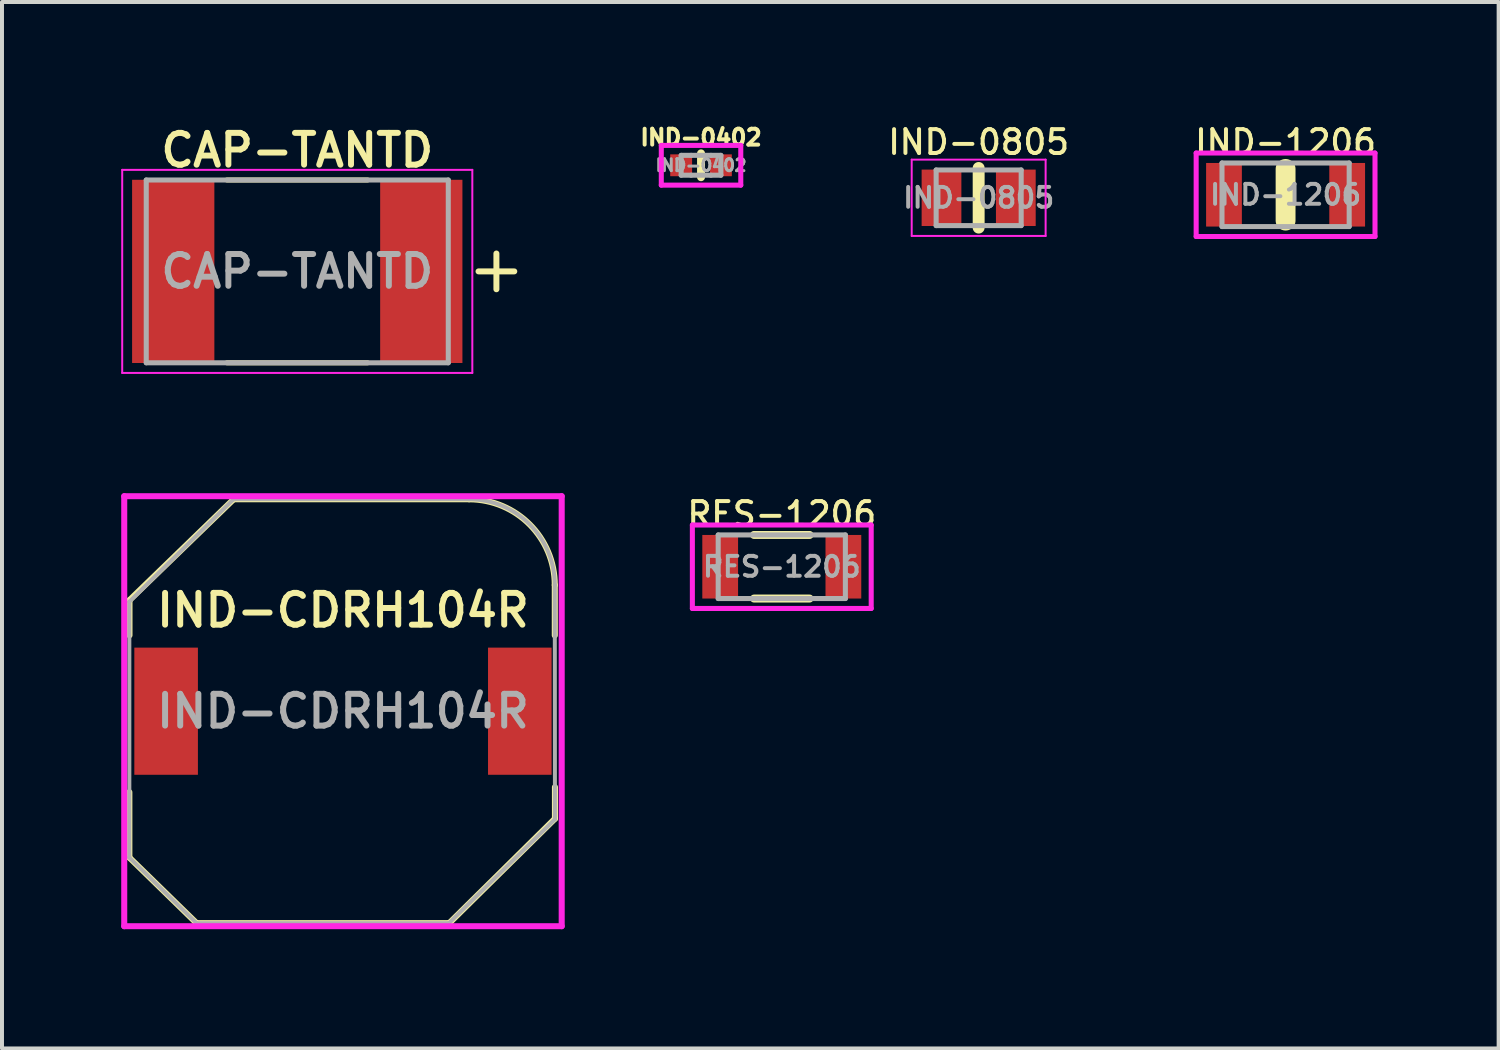
<source format=kicad_pcb>
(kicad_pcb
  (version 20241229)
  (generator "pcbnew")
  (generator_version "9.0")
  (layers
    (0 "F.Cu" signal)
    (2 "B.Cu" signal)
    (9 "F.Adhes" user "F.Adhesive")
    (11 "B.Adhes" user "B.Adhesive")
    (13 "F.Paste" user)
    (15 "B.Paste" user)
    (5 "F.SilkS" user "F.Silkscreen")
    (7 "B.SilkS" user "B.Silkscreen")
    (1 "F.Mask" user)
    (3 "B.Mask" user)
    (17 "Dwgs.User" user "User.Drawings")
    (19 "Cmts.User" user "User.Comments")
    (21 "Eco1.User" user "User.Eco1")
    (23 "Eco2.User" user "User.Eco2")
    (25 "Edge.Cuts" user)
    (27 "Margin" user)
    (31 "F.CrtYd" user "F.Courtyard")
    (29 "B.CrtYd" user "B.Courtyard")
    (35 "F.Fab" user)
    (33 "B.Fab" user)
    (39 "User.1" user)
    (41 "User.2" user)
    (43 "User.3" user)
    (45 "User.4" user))
  (footprint "IND-1206"
    (layer "F.Cu")
    (at 29.299 1.851)
    (property "Reference" "IND-1206" (at 0 -1.325 0) (layer "F.SilkS") (effects (font (size 0.6 0.6) (thickness 0.1) (bold yes))))
    (attr smd)
    (fp_line (start 0 0.65) (end 0 -0.65) (stroke (width 0.5) (type solid)) (layer "F.SilkS"))
    (fp_line (start -2.25 -1.05) (end 2.25 -1.05) (stroke (width 0.127) (type solid)) (layer "F.CrtYd"))
    (fp_line (start -2.25 1.05) (end -2.25 -1.05) (stroke (width 0.127) (type solid)) (layer "F.CrtYd"))
    (fp_line (start -2.25 1.05) (end 2.25 1.05) (stroke (width 0.127) (type solid)) (layer "F.CrtYd"))
    (fp_line (start 2.25 -1.05) (end 2.25 1.05) (stroke (width 0.127) (type solid)) (layer "F.CrtYd"))
    (fp_line (start -1.6 -0.8) (end -1.6 0.8) (stroke (width 0.127) (type solid)) (layer "F.Fab"))
    (fp_line (start -1.6 -0.8) (end 1.6 -0.8) (stroke (width 0.127) (type solid)) (layer "F.Fab"))
    (fp_line (start -1.6 0.8) (end 1.6 0.8) (stroke (width 0.127) (type solid)) (layer "F.Fab"))
    (fp_line (start 1.6 0.8) (end 1.6 -0.8) (stroke (width 0.127) (type solid)) (layer "F.Fab"))
    (fp_text user "${REFERENCE}" (at 0 0 0) (layer "F.Fab") (effects (font (size 0.5 0.5) (thickness 0.1) (bold yes))))
    (pad "1" smd rect (at -1.55 0) (size 0.9 1.6) (layers "F.Cu" "F.Mask" "F.Paste"))
    (pad "2" smd rect (at 1.55 0) (size 0.9 1.6) (layers "F.Cu" "F.Mask" "F.Paste")))
  (footprint "IND-CDRH104R"
    (layer "F.Cu")
    (at 5.58 14.846)
    (property "Reference" "IND-CDRH104R" (at 0 -2.54 0) (unlocked yes) (layer "F.SilkS") (effects (font (size 0.8 0.8) (thickness 0.15))))
    (attr smd)
    (fp_line (start -5.375 2.037) (end -5.375 3.683) (stroke (width 0.152) (type solid)) (layer "F.SilkS"))
    (fp_line (start -5.375 3.683) (end -3.683 5.334) (stroke (width 0.152) (type solid)) (layer "F.SilkS"))
    (fp_line (start -5.372 -2.794) (end -5.372 -1.91) (stroke (width 0.152) (type solid)) (layer "F.SilkS"))
    (fp_line (start -3.683 5.334) (end 2.667 5.334) (stroke (width 0.152) (type solid)) (layer "F.SilkS"))
    (fp_line (start -2.75 -5.334) (end -5.372 -2.794) (stroke (width 0.152) (type solid)) (layer "F.SilkS"))
    (fp_line (start 2.673 5.334) (end 5.334 2.705) (stroke (width 0.152) (type solid)) (layer "F.SilkS"))
    (fp_line (start 3.175 -5.334) (end -2.75 -5.334) (stroke (width 0.152) (type solid)) (layer "F.SilkS"))
    (fp_line (start 5.33 -1.908) (end 5.33 -3.174) (stroke (width 0.152) (type solid)) (layer "F.SilkS"))
    (fp_line (start 5.334 2.705) (end 5.334 1.91) (stroke (width 0.152) (type solid)) (layer "F.SilkS"))
    (fp_arc (start 3.174774 -5.332678) (mid 4.699 -4.699) (end 5.330035 -3.173678) (stroke (width 0.1524) (type default)) (layer "F.SilkS"))
    (fp_line (start -5.504 -5.41) (end 5.504 -5.41) (stroke (width 0.152) (type solid)) (layer "F.CrtYd"))
    (fp_line (start -5.504 5.41) (end -5.504 -5.41) (stroke (width 0.152) (type solid)) (layer "F.CrtYd"))
    (fp_line (start 5.504 -5.41) (end 5.504 5.41) (stroke (width 0.152) (type solid)) (layer "F.CrtYd"))
    (fp_line (start 5.504 5.41) (end -5.504 5.41) (stroke (width 0.152) (type solid)) (layer "F.CrtYd"))
    (fp_line (start -5.375 -2.756) (end -5.375 3.683) (stroke (width 0.1) (type solid)) (layer "F.Fab"))
    (fp_line (start -5.375 3.683) (end -3.683 5.334) (stroke (width 0.1) (type solid)) (layer "F.Fab"))
    (fp_line (start -3.683 5.334) (end 2.667 5.334) (stroke (width 0.1) (type solid)) (layer "F.Fab"))
    (fp_line (start -2.753 -5.334) (end -5.375 -2.756) (stroke (width 0.1) (type solid)) (layer "F.Fab"))
    (fp_line (start 2.667 5.334) (end 5.334 2.718) (stroke (width 0.1) (type solid)) (layer "F.Fab"))
    (fp_line (start 3.175 -5.334) (end -2.753 -5.334) (stroke (width 0.1) (type solid)) (layer "F.Fab"))
    (fp_line (start 5.334 2.718) (end 5.33 -3.175) (stroke (width 0.1) (type solid)) (layer "F.Fab"))
    (fp_arc (start 3.175 -5.334) (mid 4.699226 -4.700322) (end 5.330261 -3.175) (stroke (width 0.1) (type default)) (layer "F.Fab"))
    (fp_text user "${REFERENCE}" (at 0 0 0) (unlocked yes) (layer "F.Fab") (effects (font (size 0.8 0.8) (thickness 0.15))))
    (pad "1" smd rect (at -4.45 0) (size 1.6 3.2) (layers "F.Cu" "F.Mask" "F.Paste"))
    (pad "2" smd rect (at 4.45 0) (size 1.6 3.2) (layers "F.Cu" "F.Mask" "F.Paste")))
  (footprint "IND-0805"
    (layer "F.Cu")
    (at 21.576 1.927)
    (property "Reference" "IND-0805" (at 0 -1.4 0) (layer "F.SilkS") (effects (font (size 0.6 0.6) (thickness 0.1) (bold yes))))
    (attr smd)
    (fp_line (start 0 -0.75) (end 0 0.75) (stroke (width 0.3) (type solid)) (layer "F.SilkS"))
    (fp_line (start -1.685 -0.96) (end 1.685 -0.96) (stroke (width 0.05) (type solid)) (layer "F.CrtYd"))
    (fp_line (start -1.685 0.96) (end -1.685 -0.96) (stroke (width 0.05) (type solid)) (layer "F.CrtYd"))
    (fp_line (start -1.685 0.96) (end 1.685 0.96) (stroke (width 0.05) (type solid)) (layer "F.CrtYd"))
    (fp_line (start 1.685 0.96) (end 1.685 -0.96) (stroke (width 0.05) (type solid)) (layer "F.CrtYd"))
    (fp_line (start -1.07 0.7) (end -1.07 -0.7) (stroke (width 0.127) (type solid)) (layer "F.Fab"))
    (fp_line (start 1.07 -0.7) (end -1.07 -0.7) (stroke (width 0.127) (type solid)) (layer "F.Fab"))
    (fp_line (start 1.07 0.7) (end -1.07 0.7) (stroke (width 0.127) (type solid)) (layer "F.Fab"))
    (fp_line (start 1.07 0.7) (end 1.07 -0.7) (stroke (width 0.127) (type solid)) (layer "F.Fab"))
    (fp_text user "${REFERENCE}" (at 0 0 0) (layer "F.Fab") (effects (font (size 0.5 0.5) (thickness 0.1) (bold yes))))
    (pad "1" smd rect (at -0.935 0) (size 1 1.42) (layers "F.Cu" "F.Mask" "F.Paste"))
    (pad "2" smd rect (at 0.935 0) (size 1 1.42) (layers "F.Cu" "F.Mask" "F.Paste")))
  (footprint "RES-1206"
    (layer "F.Cu")
    (at 16.622 11.211)
    (property "Reference" "RES-1206" (at 0 -1.325 0) (layer "F.SilkS") (effects (font (size 0.6 0.6) (thickness 0.1) (bold yes))))
    (attr smd)
    (fp_line (start 0.7 -0.8) (end -0.7 -0.8) (stroke (width 0.2) (type solid)) (layer "F.SilkS"))
    (fp_line (start 0.7 0.8) (end -0.7 0.8) (stroke (width 0.2) (type solid)) (layer "F.SilkS"))
    (fp_line (start -2.25 -1.05) (end 2.25 -1.05) (stroke (width 0.127) (type solid)) (layer "F.CrtYd"))
    (fp_line (start -2.25 1.05) (end -2.25 -1.05) (stroke (width 0.127) (type solid)) (layer "F.CrtYd"))
    (fp_line (start -2.25 1.05) (end 2.25 1.05) (stroke (width 0.127) (type solid)) (layer "F.CrtYd"))
    (fp_line (start 2.25 -1.05) (end 2.25 1.05) (stroke (width 0.127) (type solid)) (layer "F.CrtYd"))
    (fp_line (start -1.6 -0.8) (end -1.6 0.8) (stroke (width 0.127) (type solid)) (layer "F.Fab"))
    (fp_line (start -1.6 -0.8) (end 1.6 -0.8) (stroke (width 0.127) (type solid)) (layer "F.Fab"))
    (fp_line (start -1.6 0.8) (end 1.6 0.8) (stroke (width 0.127) (type solid)) (layer "F.Fab"))
    (fp_line (start 1.6 0.8) (end 1.6 -0.8) (stroke (width 0.127) (type solid)) (layer "F.Fab"))
    (fp_text user "${REFERENCE}" (at 0 0 0) (layer "F.Fab") (effects (font (size 0.5 0.5) (thickness 0.1) (bold yes))))
    (pad "1" smd rect (at -1.55 0) (size 0.9 1.6) (layers "F.Cu" "F.Mask" "F.Paste"))
    (pad "2" smd rect (at 1.55 0) (size 0.9 1.6) (layers "F.Cu" "F.Mask" "F.Paste")))
  (footprint "CAP-TANTD"
    (layer "F.Cu")
    (at 4.43 3.779)
    (property "Reference" "CAP-TANTD" (at 0 -3.048 0) (layer "F.SilkS") (effects (font (size 0.8 0.8) (thickness 0.15))))
    (attr smd)
    (fp_line (start -1.77 -2.3) (end 1.77 -2.3) (stroke (width 0.127) (type solid)) (layer "F.SilkS"))
    (fp_line (start -1.77 2.3) (end 1.77 2.3) (stroke (width 0.127) (type solid)) (layer "F.SilkS"))
    (fp_line (start 5.011 -0.45) (end 5.011 0.45) (stroke (width 0.15) (type default)) (layer "F.SilkS"))
    (fp_line (start 5.461 0) (end 4.561 0) (stroke (width 0.15) (type default)) (layer "F.SilkS"))
    (fp_line (start -4.405 -2.555) (end 4.405 -2.555) (stroke (width 0.05) (type solid)) (layer "F.CrtYd"))
    (fp_line (start -4.405 2.555) (end -4.405 -2.555) (stroke (width 0.05) (type solid)) (layer "F.CrtYd"))
    (fp_line (start -4.405 2.555) (end 4.405 2.555) (stroke (width 0.05) (type solid)) (layer "F.CrtYd"))
    (fp_line (start 4.405 2.555) (end 4.405 -2.555) (stroke (width 0.05) (type solid)) (layer "F.CrtYd"))
    (fp_line (start -3.8 2.3) (end -3.8 -2.3) (stroke (width 0.127) (type solid)) (layer "F.Fab"))
    (fp_line (start 3.8 -2.3) (end -3.8 -2.3) (stroke (width 0.127) (type solid)) (layer "F.Fab"))
    (fp_line (start 3.8 2.3) (end -3.8 2.3) (stroke (width 0.127) (type solid)) (layer "F.Fab"))
    (fp_line (start 3.8 2.3) (end 3.8 -2.3) (stroke (width 0.127) (type solid)) (layer "F.Fab"))
    (fp_text user "${REFERENCE}" (at 0 0 0) (layer "F.Fab") (effects (font (size 0.8 0.8) (thickness 0.15) (bold yes))))
    (pad "1" smd rect (at 3.121 0) (size 2.07 4.61) (layers "F.Cu" "F.Mask" "F.Paste"))
    (pad "2" smd rect (at -3.121 0) (size 2.07 4.61) (layers "F.Cu" "F.Mask" "F.Paste")))
  (footprint "IND-0402"
    (layer "F.Cu")
    (at 14.59 1.109)
    (property "Reference" "IND-0402" (at 0 -0.7 0) (layer "F.SilkS") (effects (font (size 0.4 0.4) (thickness 0.1) (bold yes))))
    (attr smd)
    (fp_line (start 0 -0.3) (end 0 0.3) (stroke (width 0.2) (type default)) (layer "F.SilkS"))
    (fp_line (start -1 -0.5) (end 1 -0.5) (stroke (width 0.127) (type solid)) (layer "F.CrtYd"))
    (fp_line (start -1 0.5) (end -1 -0.5) (stroke (width 0.127) (type solid)) (layer "F.CrtYd"))
    (fp_line (start 1 -0.5) (end 1 0.5) (stroke (width 0.127) (type solid)) (layer "F.CrtYd"))
    (fp_line (start 1 0.5) (end -1 0.5) (stroke (width 0.127) (type solid)) (layer "F.CrtYd"))
    (fp_line (start -0.5 -0.25) (end -0.5 0.25) (stroke (width 0.127) (type solid)) (layer "F.Fab"))
    (fp_line (start -0.5 -0.25) (end -0.25 -0.25) (stroke (width 0.127) (type solid)) (layer "F.Fab"))
    (fp_line (start -0.5 0.25) (end -0.25 0.25) (stroke (width 0.127) (type solid)) (layer "F.Fab"))
    (fp_line (start -0.25 -0.25) (end 0.25 -0.25) (stroke (width 0.127) (type solid)) (layer "F.Fab"))
    (fp_line (start -0.25 0.25) (end 0.25 0.25) (stroke (width 0.127) (type solid)) (layer "F.Fab"))
    (fp_line (start 0.25 -0.25) (end 0.5 -0.25) (stroke (width 0.127) (type solid)) (layer "F.Fab"))
    (fp_line (start 0.25 0.25) (end 0.5 0.25) (stroke (width 0.127) (type solid)) (layer "F.Fab"))
    (fp_line (start 0.5 0.25) (end 0.5 -0.25) (stroke (width 0.127) (type solid)) (layer "F.Fab"))
    (fp_text user "${REFERENCE}" (at 0 0 0) (layer "F.Fab") (effects (font (size 0.3 0.3) (thickness 0.075) (bold yes))))
    (pad "1" smd rect (at -0.5 0) (size 0.55 0.55) (layers "F.Cu" "F.Mask" "F.Paste"))
    (pad "2" smd rect (at 0.5 0) (size 0.55 0.55) (layers "F.Cu" "F.Mask" "F.Paste")))
  (gr_rect
    (start -3 -3)
    (end 34.66 23.332)
    (stroke (width 0.1) (type default))
    (fill no)
    (layer "Edge.Cuts")))
</source>
